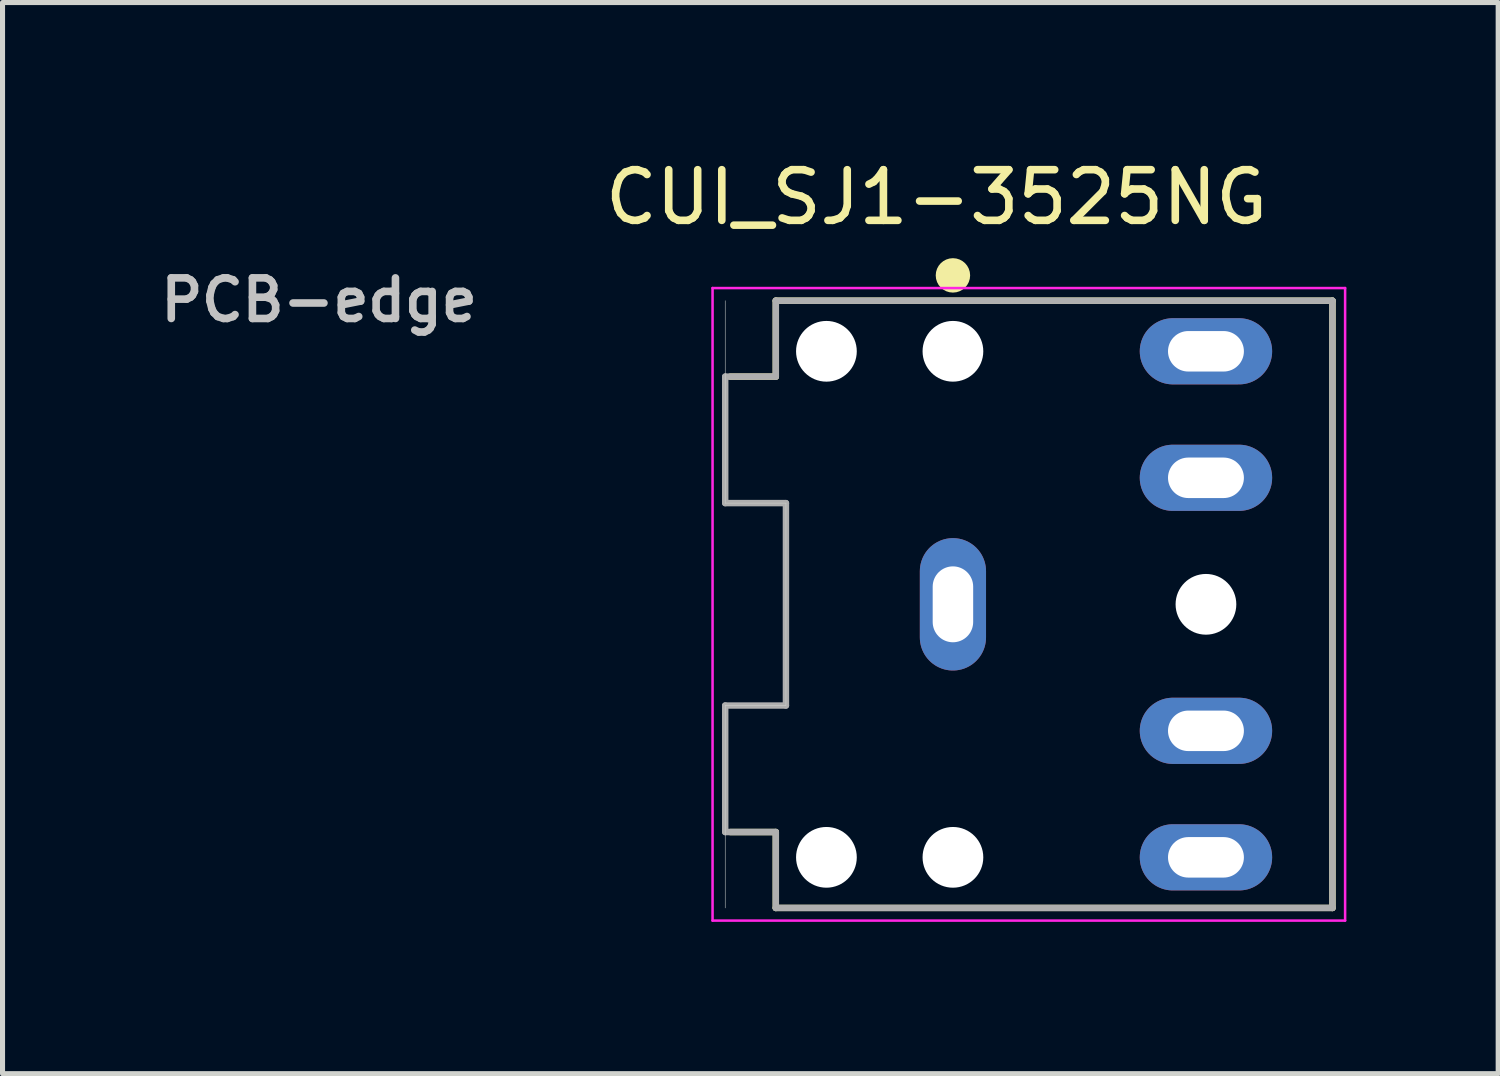
<source format=kicad_pcb>
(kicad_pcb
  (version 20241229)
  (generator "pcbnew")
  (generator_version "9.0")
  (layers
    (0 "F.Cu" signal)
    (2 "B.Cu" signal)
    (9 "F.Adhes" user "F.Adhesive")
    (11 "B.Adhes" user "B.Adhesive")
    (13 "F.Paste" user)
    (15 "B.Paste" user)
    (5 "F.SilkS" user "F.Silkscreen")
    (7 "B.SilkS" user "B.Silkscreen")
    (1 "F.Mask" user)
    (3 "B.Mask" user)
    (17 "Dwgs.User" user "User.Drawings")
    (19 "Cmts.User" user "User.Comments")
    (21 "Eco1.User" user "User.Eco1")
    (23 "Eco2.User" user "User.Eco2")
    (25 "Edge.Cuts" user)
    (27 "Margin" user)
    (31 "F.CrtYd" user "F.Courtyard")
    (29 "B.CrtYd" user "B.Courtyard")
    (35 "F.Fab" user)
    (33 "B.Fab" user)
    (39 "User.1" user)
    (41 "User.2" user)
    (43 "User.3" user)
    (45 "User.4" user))
  (footprint "CUI_SJ1-3525NG"
    (layer "F.Cu")
    (at 15.781 8.892)
    (property "Reference" "CUI_SJ1-3525NG" (at -0.325 -8.043 0) (layer "F.SilkS") (effects (font (size 1.001 1.001) (thickness 0.15))))
    (attr through_hole)
    (fp_line (start -4.4 4.5) (end -3.5 4.5) (stroke (width 0.127) (type solid)) (layer "F.SilkS"))
    (fp_line (start -3.5 -6) (end -3.5 -4.5) (stroke (width 0.127) (type solid)) (layer "F.SilkS"))
    (fp_line (start -3.5 -4.5) (end -4.4 -4.5) (stroke (width 0.127) (type solid)) (layer "F.SilkS"))
    (fp_line (start -3.5 4.5) (end -3.5 6) (stroke (width 0.127) (type solid)) (layer "F.SilkS"))
    (fp_line (start 7.5 -6) (end -3.5 -6) (stroke (width 0.127) (type solid)) (layer "F.SilkS"))
    (fp_line (start 7.5 -6) (end 7.5 6) (stroke (width 0.127) (type solid)) (layer "F.SilkS"))
    (fp_line (start 7.5 6) (end -3.5 6) (stroke (width 0.127) (type solid)) (layer "F.SilkS"))
    (fp_circle (center 0 -6.5) (end 0.17 -6.5) (stroke (width 0.34) (type solid)) (fill no) (layer "F.SilkS"))
    (fp_line (start -4.5 -6) (end -4.5 -2) (stroke (width 0.01) (type solid)) (layer "Edge.Cuts"))
    (fp_line (start -4.5 -2) (end -3.3 -2) (stroke (width 0.01) (type solid)) (layer "Edge.Cuts"))
    (fp_line (start -4.5 2) (end -4.5 6) (stroke (width 0.01) (type solid)) (layer "Edge.Cuts"))
    (fp_line (start -3.3 -2) (end -3.3 2) (stroke (width 0.01) (type solid)) (layer "Edge.Cuts"))
    (fp_line (start -3.3 2) (end -4.5 2) (stroke (width 0.01) (type solid)) (layer "Edge.Cuts"))
    (fp_line (start -4.75 -6.25) (end 7.75 -6.25) (stroke (width 0.05) (type solid)) (layer "F.CrtYd"))
    (fp_line (start -4.75 6.25) (end -4.75 -6.25) (stroke (width 0.05) (type solid)) (layer "F.CrtYd"))
    (fp_line (start 7.75 -6.25) (end 7.75 6.25) (stroke (width 0.05) (type solid)) (layer "F.CrtYd"))
    (fp_line (start 7.75 6.25) (end -4.75 6.25) (stroke (width 0.05) (type solid)) (layer "F.CrtYd"))
    (fp_line (start -4.5 -4.5) (end -4.5 -2) (stroke (width 0.127) (type solid)) (layer "F.Fab"))
    (fp_line (start -4.5 -2) (end -3.3 -2) (stroke (width 0.127) (type solid)) (layer "F.Fab"))
    (fp_line (start -4.5 2) (end -4.5 4.5) (stroke (width 0.127) (type solid)) (layer "F.Fab"))
    (fp_line (start -4.5 4.5) (end -3.5 4.5) (stroke (width 0.127) (type solid)) (layer "F.Fab"))
    (fp_line (start -3.5 -6) (end -3.5 -4.5) (stroke (width 0.127) (type solid)) (layer "F.Fab"))
    (fp_line (start -3.5 -4.5) (end -4.5 -4.5) (stroke (width 0.127) (type solid)) (layer "F.Fab"))
    (fp_line (start -3.5 4.5) (end -3.5 6) (stroke (width 0.127) (type solid)) (layer "F.Fab"))
    (fp_line (start -3.3 -2) (end -3.3 2) (stroke (width 0.127) (type solid)) (layer "F.Fab"))
    (fp_line (start -3.3 2) (end -4.5 2) (stroke (width 0.127) (type solid)) (layer "F.Fab"))
    (fp_line (start 7.5 -6) (end -3.5 -6) (stroke (width 0.127) (type solid)) (layer "F.Fab"))
    (fp_line (start 7.5 -6) (end 7.5 6) (stroke (width 0.127) (type solid)) (layer "F.Fab"))
    (fp_line (start 7.5 6) (end -3.5 6) (stroke (width 0.127) (type solid)) (layer "F.Fab"))
    (fp_text user "PCB-edge" (at -12.525 -6.012 0) (layer "Dwgs.User") (effects (font (size 0.802 0.802) (thickness 0.15))))
    (pad "" np_thru_hole circle (at -2.5 -5) (size 1.2 1.2) (drill 1.2) (layers "*.Cu" "*.Mask"))
    (pad "" np_thru_hole circle (at -2.5 5) (size 1.2 1.2) (drill 1.2) (layers "*.Cu" "*.Mask"))
    (pad "" np_thru_hole circle (at 0 -5) (size 1.2 1.2) (drill 1.2) (layers "*.Cu" "*.Mask"))
    (pad "" np_thru_hole circle (at 0 5) (size 1.2 1.2) (drill 1.2) (layers "*.Cu" "*.Mask"))
    (pad "" np_thru_hole circle (at 5 0) (size 1.2 1.2) (drill 1.2) (layers "*.Cu" "*.Mask"))
    (pad "1" thru_hole oval (at 0 0) (size 1.308 2.616) (drill oval 0.8 1.5) (layers "*.Cu" "*.Mask"))
    (pad "2" thru_hole oval (at 5 5) (size 2.616 1.308) (drill oval 1.5 0.8) (layers "*.Cu" "*.Mask"))
    (pad "3" thru_hole oval (at 5 -5) (size 2.616 1.308) (drill oval 1.5 0.8) (layers "*.Cu" "*.Mask"))
    (pad "4" thru_hole oval (at 5 2.5) (size 2.616 1.308) (drill oval 1.5 0.8) (layers "*.Cu" "*.Mask"))
    (pad "5" thru_hole oval (at 5 -2.5) (size 2.616 1.308) (drill oval 1.5 0.8) (layers "*.Cu" "*.Mask")))
  (gr_rect
    (start -3 -3)
    (end 26.556 18.167)
    (stroke (width 0.1) (type default))
    (fill no)
    (layer "Edge.Cuts")))
</source>
